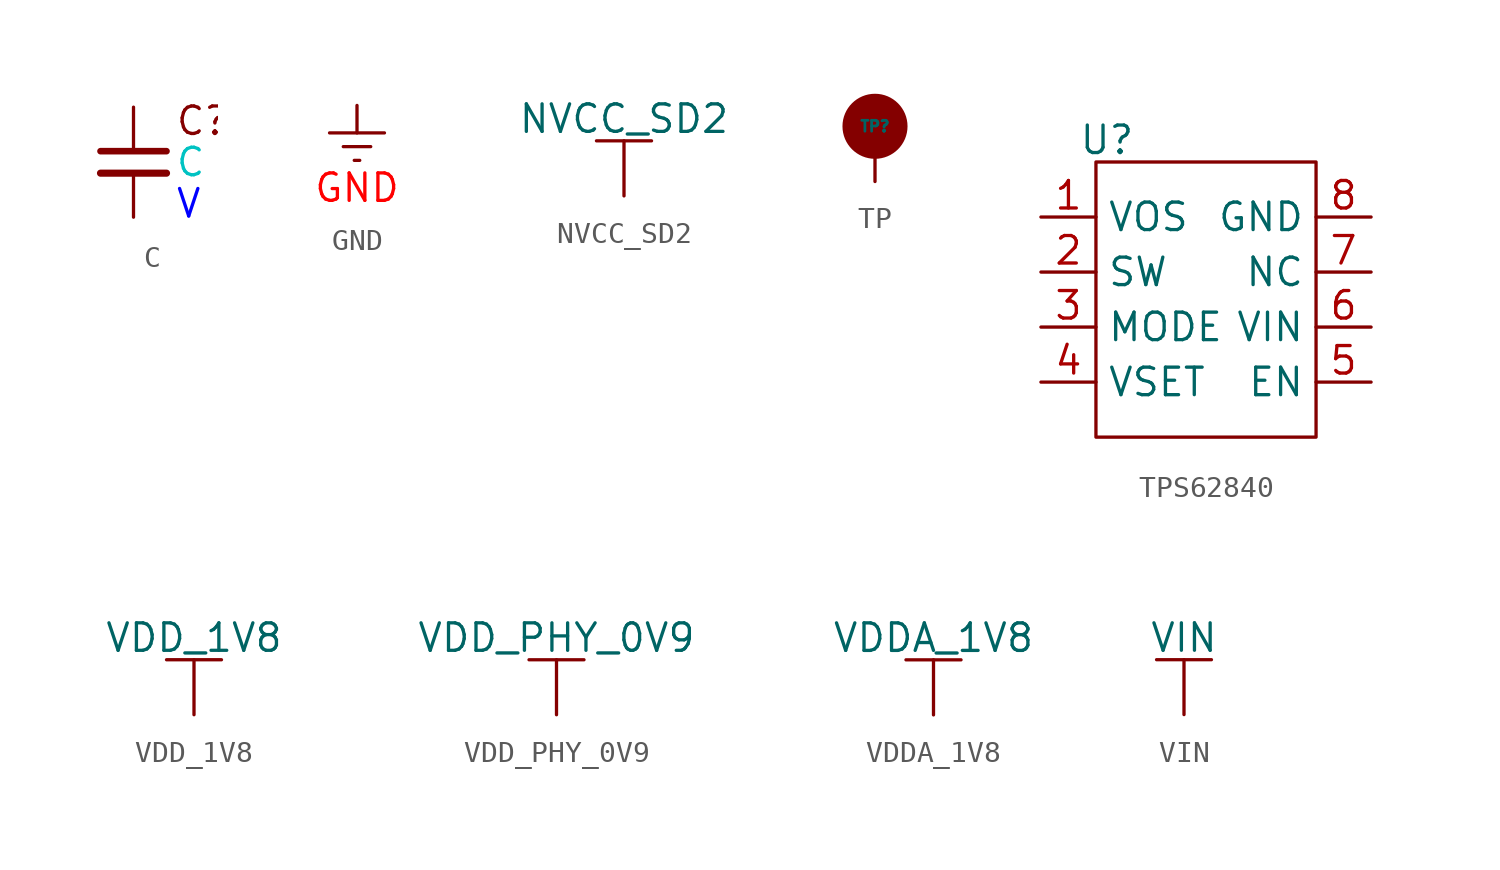
<source format=kicad_sym>
(kicad_symbol_lib
  (version 20231120)
  (generator "kicad_symbol_editor")
  (generator_version "7.99")
  (symbol "C"
    (pin_numbers hide)
    (pin_names
      (offset 0.254) hide)
    (property "Reference" "C"
      (at 1.905 1.905 0)
      (do_not_autoplace)
      (effects (font (size 1.27 1.27) (color 132 0 0 1)) (justify left)))
    (property "Value" "C"
      (at 1.905 0 0)
      (do_not_autoplace)
      (effects (font (size 1.27 1.27) (color 0 194 194 1)) (justify left)))
    (property "Voltage" "V"
      (at 1.905 -1.905 0)
      (do_not_autoplace)
      (effects (font (size 1.27 1.27) (color 0 0 255 1)) (justify left)))
    (symbol "C_0_1"
      (polyline (pts (xy -1.524 -0.508) (xy 1.524 -0.508)) (stroke (width 0.33) (type default)) (fill (type none)))
      (polyline (pts (xy -1.524 0.508) (xy 1.524 0.508)) (stroke (width 0.305) (type default)) (fill (type none))))
    (symbol "C_1_1"
      (pin passive line (at 0 2.54 270) (length 2.032) (name "~" (effects (font (size 1.27 1.27)))) (number "1" (effects (font (size 1.27 1.27)))))
      (pin passive line (at 0 -2.54 90) (length 2.032) (name "~" (effects (font (size 1.27 1.27)))) (number "2" (effects (font (size 1.27 1.27)))))))
  (symbol "GND"
    (power)
    (pin_numbers hide)
    (pin_names
      (offset 0) hide)
    (property "Reference" "#PWR"
      (at 0 -6.35 0)
      (effects (font (size 1.27 1.27)) (hide yes)))
    (property "Value" "GND"
      (at 0 -3.81 0)
      (effects (font (size 1.27 1.27) (color 255 0 0 1))))
    (symbol "GND_0_1"
      (polyline (pts (xy -0.635 -1.905) (xy 0.635 -1.905)) (stroke (width 0) (type default)) (fill (type none)))
      (polyline (pts (xy -0.127 -2.54) (xy 0.127 -2.54)) (stroke (width 0) (type default)) (fill (type none)))
      (polyline (pts (xy 0 -1.27) (xy 0 0)) (stroke (width 0) (type default)) (fill (type none)))
      (polyline (pts (xy 1.27 -1.27) (xy -1.27 -1.27)) (stroke (width 0) (type default)) (fill (type none))))
    (symbol "GND_1_1"
      (pin power_in line (at 0 0 270) (length 0) hide (name "GND" (effects (font (size 1.27 1.27)))) (number "1" (effects (font (size 1.27 1.27)))))))
  (symbol "NVCC_SD2"
    (power)
    (pin_numbers hide)
    (pin_names
      (offset 0) hide)
    (property "Reference" "#PWR"
      (at 0 -1.27 0)
      (effects (font (size 1.27 1.27)) (hide yes)))
    (property "Value" "NVCC_SD2"
      (at 0 3.556 0)
      (effects (font (size 1.27 1.27))))
    (symbol "NVCC_SD2_0_1"
      (polyline (pts (xy 0 0) (xy 0 2.54)) (stroke (width 0) (type default)) (fill (type none)))
      (polyline (pts (xy 1.27 2.54) (xy -1.27 2.54)) (stroke (width 0) (type default)) (fill (type none))))
    (symbol "NVCC_SD2_1_1"
      (pin power_in line (at 0 0 90) (length 0) hide (name "NVCC_SD2" (effects (font (size 1.27 1.27)))) (number "1" (effects (font (size 1.27 1.27)))))))
  (symbol "TP"
    (pin_numbers hide)
    (pin_names hide)
    (property "Reference" "TP"
      (at 0 0 0)
      (effects (font (size 0.5 0.5))))
    (property "Value" ""
      (at 0 0 0)
      (effects (font (size 1.27 1.27))))
    (symbol "TP_0_1"
      (circle (center 0 0) (radius 1.42) (stroke (width 0) (type default) (color 132 0 0 1)) (fill (type color) (color 132 0 0 1)))
      (pin passive line (at 0 -2.54 90) (length 2.54) (name "1" (effects (font (size 1.27 1.27)))) (number "1" (effects (font (size 1.27 1.27)))))))
  (symbol "TPS62840"
    (property "Reference" "U"
      (at 0.508 1.016 0)
      (effects (font (size 1.27 1.27))))
    (property "Value" ""
      (at 0 0 0)
      (effects (font (size 1.27 1.27))))
    (symbol "TPS62840_0_1"
      (rectangle (start 0 0) (end 10.16 -12.7) (stroke (width 0) (type default)) (fill (type none))))
    (symbol "TPS62840_1_1"
      (pin input line (at -2.54 -2.54 0) (length 2.54) (name "VOS" (effects (font (size 1.27 1.27)))) (number "1" (effects (font (size 1.27 1.27)))))
      (pin input line (at -2.54 -5.08 0) (length 2.54) (name "SW" (effects (font (size 1.27 1.27)))) (number "2" (effects (font (size 1.27 1.27)))))
      (pin input line (at -2.54 -7.62 0) (length 2.54) (name "MODE" (effects (font (size 1.27 1.27)))) (number "3" (effects (font (size 1.27 1.27)))))
      (pin input line (at -2.54 -10.16 0) (length 2.54) (name "VSET" (effects (font (size 1.27 1.27)))) (number "4" (effects (font (size 1.27 1.27)))))
      (pin input line (at 12.7 -10.16 180) (length 2.54) (name "EN" (effects (font (size 1.27 1.27)))) (number "5" (effects (font (size 1.27 1.27)))))
      (pin input line (at 12.7 -7.62 180) (length 2.54) (name "VIN" (effects (font (size 1.27 1.27)))) (number "6" (effects (font (size 1.27 1.27)))))
      (pin input line (at 12.7 -5.08 180) (length 2.54) (name "NC" (effects (font (size 1.27 1.27)))) (number "7" (effects (font (size 1.27 1.27)))))
      (pin input line (at 12.7 -2.54 180) (length 2.54) (name "GND" (effects (font (size 1.27 1.27)))) (number "8" (effects (font (size 1.27 1.27)))))))
  (symbol "VDD_1V8"
    (power)
    (pin_numbers hide)
    (pin_names
      (offset 0) hide)
    (property "Reference" "#PWR"
      (at 0 -1.27 0)
      (effects (font (size 1.27 1.27)) (hide yes)))
    (property "Value" "VDD_1V8"
      (at 0 3.556 0)
      (effects (font (size 1.27 1.27))))
    (symbol "VDD_1V8_0_1"
      (polyline (pts (xy 0 0) (xy 0 2.54)) (stroke (width 0) (type default)) (fill (type none)))
      (polyline (pts (xy 1.27 2.54) (xy -1.27 2.54)) (stroke (width 0) (type default)) (fill (type none))))
    (symbol "VDD_1V8_1_1"
      (pin power_in line (at 0 0 90) (length 0) hide (name "VDD_1V8" (effects (font (size 1.27 1.27)))) (number "1" (effects (font (size 1.27 1.27)))))))
  (symbol "VDD_PHY_0V9"
    (power)
    (pin_numbers hide)
    (pin_names
      (offset 0) hide)
    (property "Reference" "#PWR"
      (at 0 -1.27 0)
      (effects (font (size 1.27 1.27)) (hide yes)))
    (property "Value" "VDD_PHY_0V9"
      (at 0 3.556 0)
      (effects (font (size 1.27 1.27))))
    (symbol "VDD_PHY_0V9_0_1"
      (polyline (pts (xy 0 0) (xy 0 2.54)) (stroke (width 0) (type default)) (fill (type none)))
      (polyline (pts (xy 1.27 2.54) (xy -1.27 2.54)) (stroke (width 0) (type default)) (fill (type none))))
    (symbol "VDD_PHY_0V9_1_1"
      (pin power_in line (at 0 0 90) (length 0) hide (name "VDD_PHY_0V9" (effects (font (size 1.27 1.27)))) (number "1" (effects (font (size 1.27 1.27)))))))
  (symbol "VDDA_1V8"
    (power)
    (pin_numbers hide)
    (pin_names
      (offset 0) hide)
    (property "Reference" "#PWR"
      (at 0 -1.27 0)
      (effects (font (size 1.27 1.27)) (hide yes)))
    (property "Value" "VDDA_1V8"
      (at 0 3.556 0)
      (effects (font (size 1.27 1.27))))
    (symbol "VDDA_1V8_0_1"
      (polyline (pts (xy 0 0) (xy 0 2.54)) (stroke (width 0) (type default)) (fill (type none)))
      (polyline (pts (xy 1.27 2.54) (xy -1.27 2.54)) (stroke (width 0) (type default)) (fill (type none))))
    (symbol "VDDA_1V8_1_1"
      (pin power_in line (at 0 0 90) (length 0) hide (name "VDDA_1V8" (effects (font (size 1.27 1.27)))) (number "1" (effects (font (size 1.27 1.27)))))))
  (symbol "VIN"
    (power)
    (pin_numbers hide)
    (pin_names
      (offset 0) hide)
    (property "Reference" "#PWR"
      (at 0 -1.27 0)
      (effects (font (size 1.27 1.27)) (hide yes)))
    (property "Value" "VIN"
      (at 0 3.556 0)
      (effects (font (size 1.27 1.27))))
    (symbol "VIN_0_1"
      (polyline (pts (xy 0 0) (xy 0 2.54)) (stroke (width 0) (type default)) (fill (type none)))
      (polyline (pts (xy 1.27 2.54) (xy -1.27 2.54)) (stroke (width 0) (type default)) (fill (type none))))
    (symbol "VIN_1_1"
      (pin power_in line (at 0 0 90) (length 0) hide (name "VIN" (effects (font (size 1.27 1.27)))) (number "1" (effects (font (size 1.27 1.27))))))))
</source>
